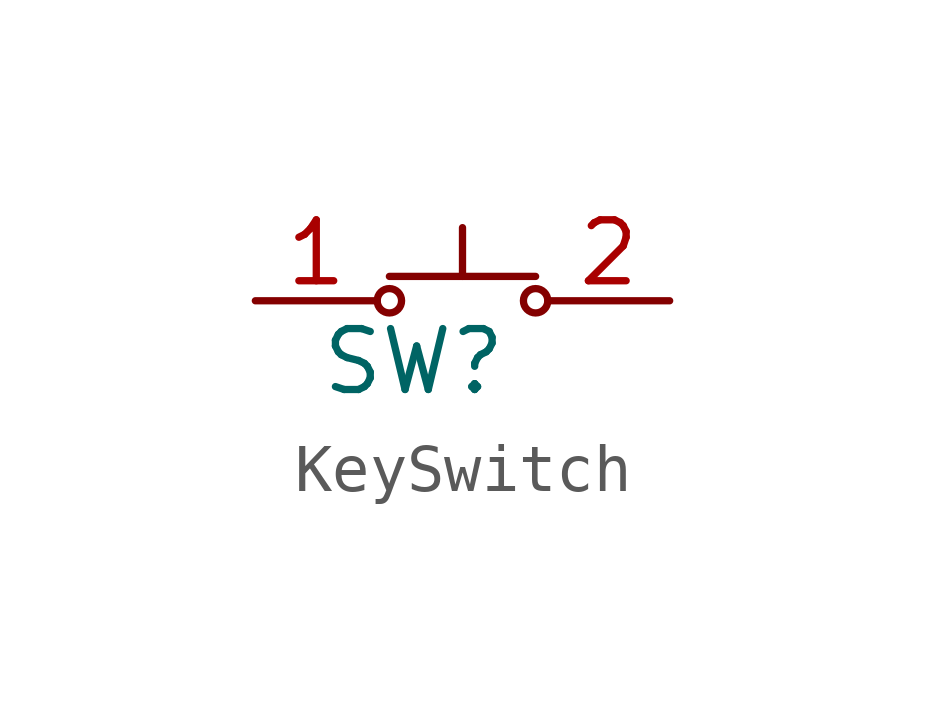
<source format=kicad_sym>
(kicad_symbol_lib
  (version 20220914)
  (generator kicad_symbol_editor)
  (symbol "KeySwitch"
    (property "Reference" "SW"
      (at 0.508 -1.27 0)
      (effects (font (size 1.27 1.27))))
    (property "Value" ""
      (at 0 0 0)
      (effects (font (size 1.27 1.27))))
    (symbol "KeySwitch_0_1"
      (polyline (pts (xy 0 0.508) (xy 3.048 0.508)) (stroke (width 0) (type default)) (fill (type none)))
      (polyline (pts (xy 1.524 0.508) (xy 1.524 1.524)) (stroke (width 0) (type default)) (fill (type none)))
      (circle (center 0 0) (radius 0.254) (stroke (width 0) (type default)) (fill (type none)))
      (circle (center 3.048 0) (radius 0.254) (stroke (width 0) (type default)) (fill (type none))))
    (symbol "KeySwitch_1_1"
      (pin bidirectional line (at -2.794 0 0) (length 2.54) (name "" (effects (font (size 1.27 1.27)))) (number "1" (effects (font (size 1.27 1.27)))))
      (pin bidirectional line (at 5.842 0 180) (length 2.54) (name "" (effects (font (size 1.27 1.27)))) (number "2" (effects (font (size 1.27 1.27))))))))
</source>
